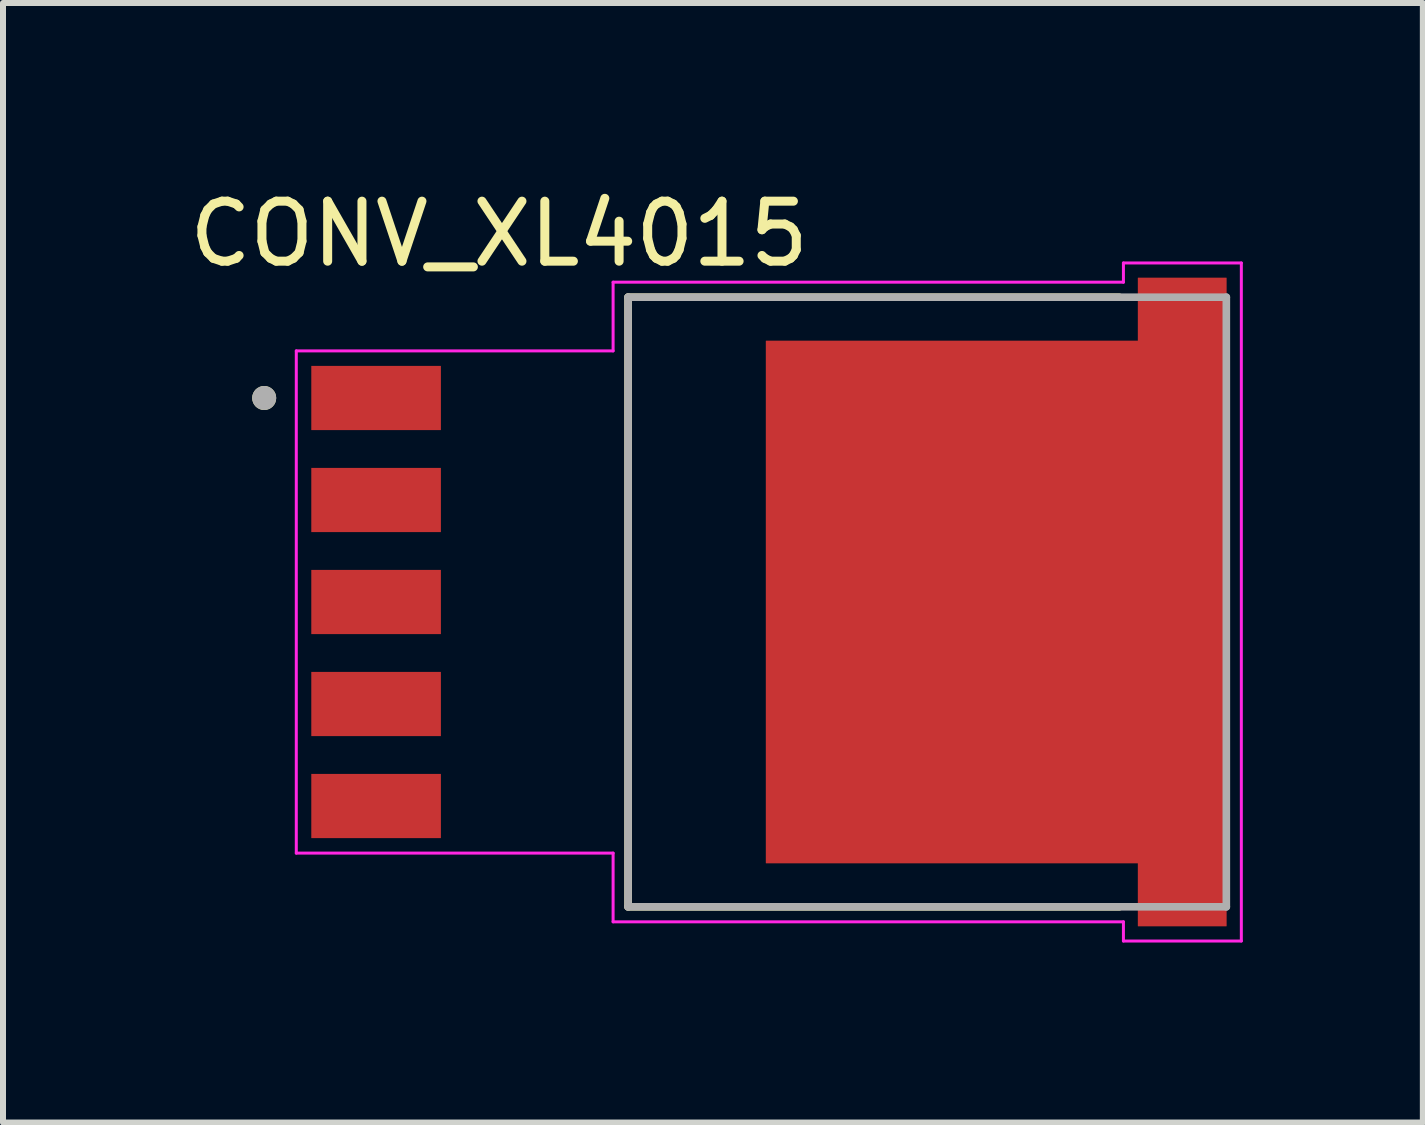
<source format=kicad_pcb>
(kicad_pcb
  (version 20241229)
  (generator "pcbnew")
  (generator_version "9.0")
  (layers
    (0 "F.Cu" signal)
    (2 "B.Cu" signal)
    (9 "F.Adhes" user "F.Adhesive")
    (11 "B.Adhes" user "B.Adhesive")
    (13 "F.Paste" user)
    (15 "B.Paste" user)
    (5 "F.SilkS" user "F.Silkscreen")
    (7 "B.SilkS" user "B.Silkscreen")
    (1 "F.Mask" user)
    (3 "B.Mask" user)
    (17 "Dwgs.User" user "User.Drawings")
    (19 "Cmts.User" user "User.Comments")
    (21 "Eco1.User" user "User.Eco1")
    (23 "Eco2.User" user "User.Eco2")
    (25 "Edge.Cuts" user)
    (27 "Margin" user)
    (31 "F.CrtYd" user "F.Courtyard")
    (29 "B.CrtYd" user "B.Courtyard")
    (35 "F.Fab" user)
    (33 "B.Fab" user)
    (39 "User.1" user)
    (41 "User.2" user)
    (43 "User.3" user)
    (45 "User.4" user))
  (footprint "CONV_XL4015"
    (layer "F.Cu")
    (at 13.553 6.983)
    (property "Reference" "CONV_XL4015" (at -8.285 -6.135 0) (layer "F.SilkS") (effects (font (size 1 1) (thickness 0.15))))
    (attr through_hole)
    (fp_poly (pts (xy 3.935 -5.5) (xy 2.265 -5.5) (xy 2.265 -4.45) (xy -3.935 -4.45) (xy -3.935 4.45) (xy 2.265 4.45) (xy 2.265 5.5) (xy 3.935 5.5)) (stroke (width 0.01) (type solid)) (fill yes) (layer "F.Mask"))
    (fp_line (start -6.135 -5.08) (end 2.05 -5.08) (stroke (width 0.127) (type solid)) (layer "F.SilkS"))
    (fp_line (start -6.135 5.08) (end -6.135 -5.08) (stroke (width 0.127) (type solid)) (layer "F.SilkS"))
    (fp_line (start 2.05 5.08) (end -6.135 5.08) (stroke (width 0.127) (type solid)) (layer "F.SilkS"))
    (fp_circle (center -12.2 -3.4) (end -12.1 -3.4) (stroke (width 0.2) (type solid)) (fill no) (layer "F.SilkS"))
    (fp_poly (pts (xy -3.2 -3.48) (xy -0.6 -3.48) (xy -0.6 -0.88) (xy -3.2 -0.88)) (stroke (width 0.01) (type solid)) (fill yes) (layer "F.Paste"))
    (fp_poly (pts (xy -3.2 0.88) (xy -0.6 0.88) (xy -0.6 3.48) (xy -3.2 3.48)) (stroke (width 0.01) (type solid)) (fill yes) (layer "F.Paste"))
    (fp_poly (pts (xy 0.6 -3.48) (xy 3.2 -3.48) (xy 3.2 -0.88) (xy 0.6 -0.88)) (stroke (width 0.01) (type solid)) (fill yes) (layer "F.Paste"))
    (fp_poly (pts (xy 0.6 0.88) (xy 3.2 0.88) (xy 3.2 3.48) (xy 0.6 3.48)) (stroke (width 0.01) (type solid)) (fill yes) (layer "F.Paste"))
    (fp_line (start -11.665 -4.185) (end -11.665 4.185) (stroke (width 0.05) (type solid)) (layer "F.CrtYd"))
    (fp_line (start -11.665 4.185) (end -6.385 4.185) (stroke (width 0.05) (type solid)) (layer "F.CrtYd"))
    (fp_line (start -6.385 -5.33) (end -6.385 -4.185) (stroke (width 0.05) (type solid)) (layer "F.CrtYd"))
    (fp_line (start -6.385 -4.185) (end -11.665 -4.185) (stroke (width 0.05) (type solid)) (layer "F.CrtYd"))
    (fp_line (start -6.385 4.185) (end -6.385 5.33) (stroke (width 0.05) (type solid)) (layer "F.CrtYd"))
    (fp_line (start -6.385 5.33) (end 2.12 5.33) (stroke (width 0.05) (type solid)) (layer "F.CrtYd"))
    (fp_line (start 2.12 -5.33) (end -6.385 -5.33) (stroke (width 0.05) (type solid)) (layer "F.CrtYd"))
    (fp_line (start 2.12 -5.33) (end 2.12 -5.65) (stroke (width 0.05) (type solid)) (layer "F.CrtYd"))
    (fp_line (start 2.12 5.65) (end 2.12 5.33) (stroke (width 0.05) (type solid)) (layer "F.CrtYd"))
    (fp_line (start 4.085 -5.65) (end 2.12 -5.65) (stroke (width 0.05) (type solid)) (layer "F.CrtYd"))
    (fp_line (start 4.085 -5.65) (end 4.085 5.65) (stroke (width 0.05) (type solid)) (layer "F.CrtYd"))
    (fp_line (start 4.085 5.65) (end 2.12 5.65) (stroke (width 0.05) (type solid)) (layer "F.CrtYd"))
    (fp_line (start -6.135 -5.08) (end 3.835 -5.08) (stroke (width 0.127) (type solid)) (layer "F.Fab"))
    (fp_line (start -6.135 5.08) (end -6.135 -5.08) (stroke (width 0.127) (type solid)) (layer "F.Fab"))
    (fp_line (start 3.835 -5.08) (end 3.835 5.08) (stroke (width 0.127) (type solid)) (layer "F.Fab"))
    (fp_line (start 3.835 5.08) (end -6.135 5.08) (stroke (width 0.127) (type solid)) (layer "F.Fab"))
    (fp_circle (center -12.2 -3.4) (end -12.1 -3.4) (stroke (width 0.2) (type solid)) (fill no) (layer "F.Fab"))
    (pad "1" smd rect (at -10.335 -3.4 270) (size 1.07 2.16) (layers "F.Cu" "F.Mask" "F.Paste"))
    (pad "2" smd rect (at -10.335 -1.7 270) (size 1.07 2.16) (layers "F.Cu" "F.Mask" "F.Paste"))
    (pad "3" smd rect (at -10.335 0 270) (size 1.07 2.16) (layers "F.Cu" "F.Mask" "F.Paste"))
    (pad "3.1" smd custom (at 0 0) (size 1.27 0.635) (layers "F.Cu") (options (anchor rect)) (primitives (gr_poly (pts (xy 3.835 -5.4) (xy 2.365 -5.4) (xy 2.365 -4.35) (xy -3.835 -4.35) (xy -3.835 4.35) (xy 2.365 4.35) (xy 2.365 5.4) (xy 3.835 5.4)) (width 0.01) (fill yes))))
    (pad "4" smd rect (at -10.335 1.7 270) (size 1.07 2.16) (layers "F.Cu" "F.Mask" "F.Paste"))
    (pad "5" smd rect (at -10.335 3.4 270) (size 1.07 2.16) (layers "F.Cu" "F.Mask" "F.Paste")))
  (gr_rect
    (start -3 -3)
    (end 20.663 15.658)
    (stroke (width 0.1) (type default))
    (fill no)
    (layer "Edge.Cuts")))
</source>
